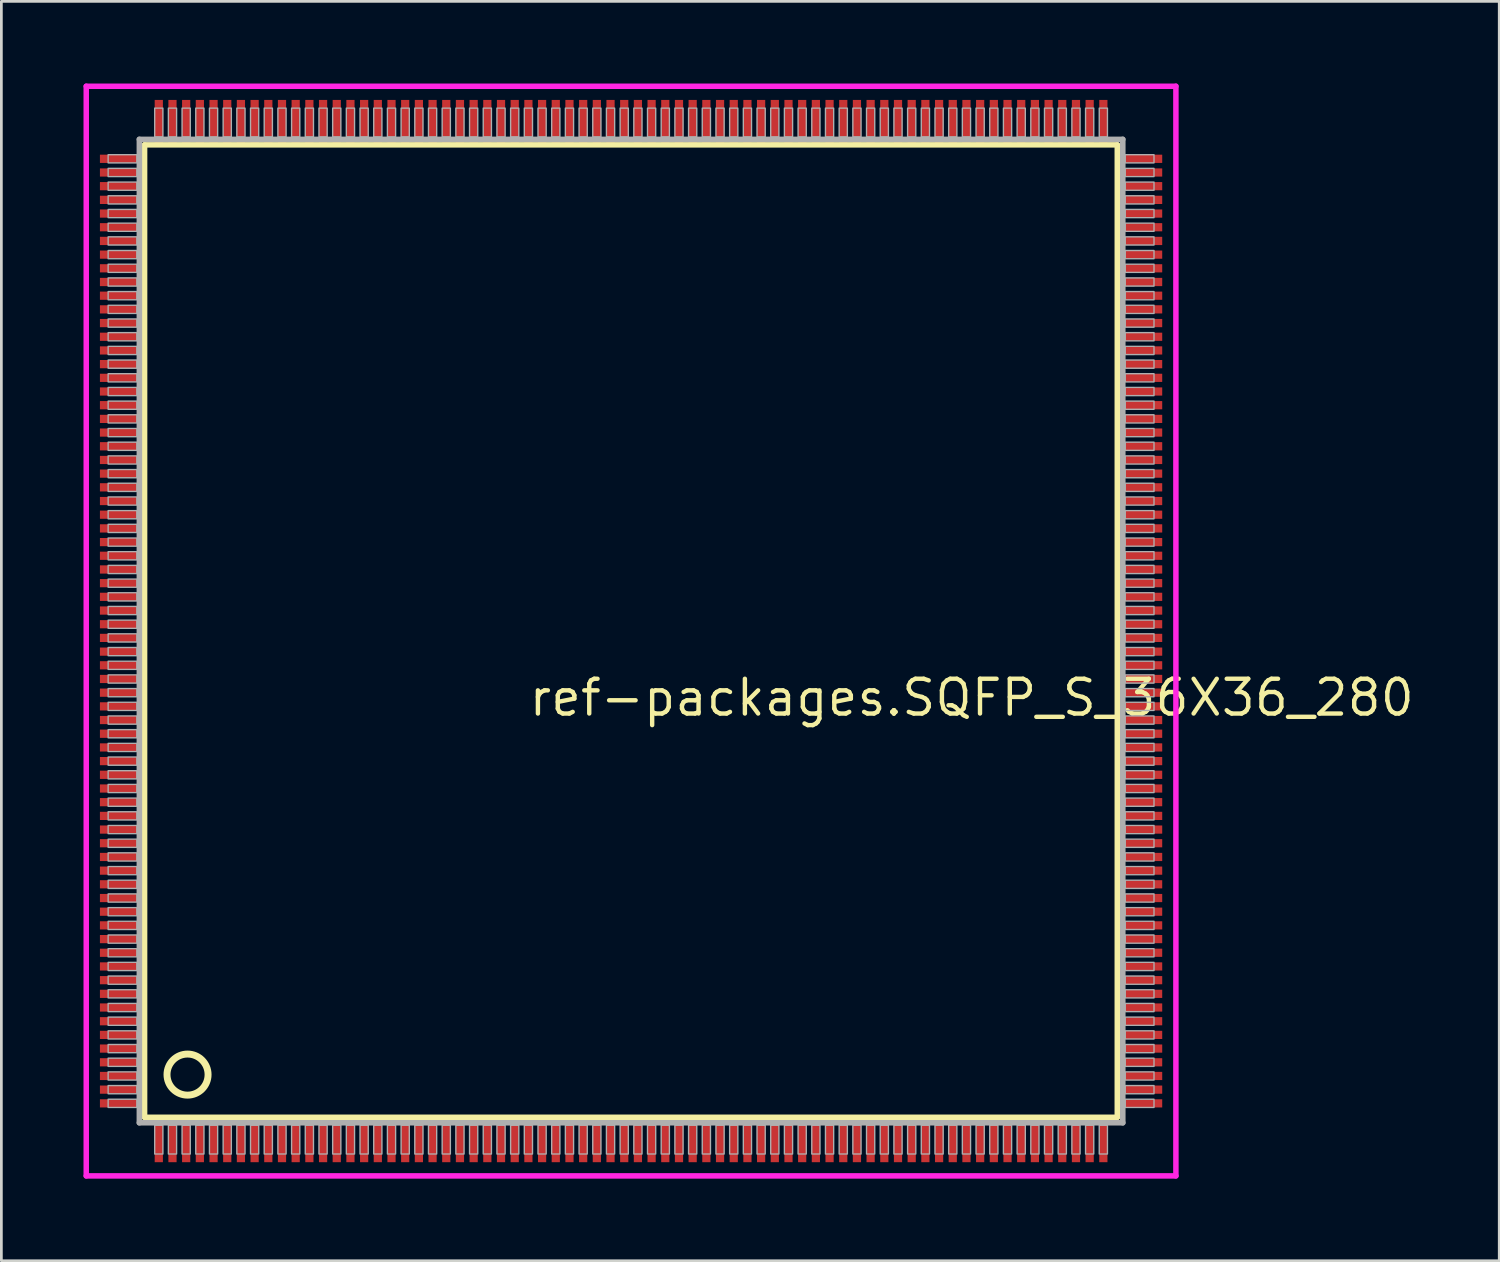
<source format=kicad_pcb>
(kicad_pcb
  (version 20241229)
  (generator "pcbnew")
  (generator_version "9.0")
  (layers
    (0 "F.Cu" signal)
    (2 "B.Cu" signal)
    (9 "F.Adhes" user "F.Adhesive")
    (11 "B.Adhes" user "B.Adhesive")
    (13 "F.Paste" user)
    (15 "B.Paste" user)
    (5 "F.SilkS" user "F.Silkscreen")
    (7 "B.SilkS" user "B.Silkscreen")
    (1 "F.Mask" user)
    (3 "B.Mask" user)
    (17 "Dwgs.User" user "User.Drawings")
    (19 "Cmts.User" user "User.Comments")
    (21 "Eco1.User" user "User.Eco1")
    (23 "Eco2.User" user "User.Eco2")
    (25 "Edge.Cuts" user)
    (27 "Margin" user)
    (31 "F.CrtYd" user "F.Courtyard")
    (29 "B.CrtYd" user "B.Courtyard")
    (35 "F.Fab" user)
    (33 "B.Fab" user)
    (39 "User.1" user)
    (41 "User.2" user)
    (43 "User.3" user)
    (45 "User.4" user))
  (footprint "ref-packages.SQFP_S_36X36_280"
    (layer "F.Cu")
    (at 20 20)
    (property "Reference" "ref-packages.SQFP_S_36X36_280" (at -3.81 3.175 0) (layer "F.SilkS") (effects (font (size 1.27 1.27) (thickness 0.16)) (justify left bottom)))
    (attr smd)
    (fp_line (start -17.77 -17.76) (end 17.76 -17.76) (stroke (width 0.203) (type default)) (layer "F.SilkS"))
    (fp_line (start -17.77 17.76) (end -17.77 -17.76) (stroke (width 0.203) (type default)) (layer "F.SilkS"))
    (fp_line (start 17.76 17.76) (end -17.77 17.76) (stroke (width 0.203) (type default)) (layer "F.SilkS"))
    (fp_line (start 17.76 -17.76) (end 17.76 17.76) (stroke (width 0.203) (type default)) (layer "F.SilkS"))
    (fp_circle (center -16.2 16.2) (end -15.45 16.2) (stroke (width 0.254) (type default)) (fill no) (layer "F.SilkS"))
    (fp_line (start -19.9 -19.9) (end 19.9 -19.9) (stroke (width 0.2) (type default)) (layer "F.CrtYd"))
    (fp_line (start -19.9 19.9) (end -19.9 -19.9) (stroke (width 0.2) (type default)) (layer "F.CrtYd"))
    (fp_line (start 19.9 -19.9) (end 19.9 19.9) (stroke (width 0.2) (type default)) (layer "F.CrtYd"))
    (fp_line (start 19.9 19.9) (end -19.9 19.9) (stroke (width 0.2) (type default)) (layer "F.CrtYd"))
    (fp_line (start -17.96 -17.96) (end -17.96 17.96) (stroke (width 0.203) (type default)) (layer "F.Fab"))
    (fp_line (start -17.96 17.96) (end 17.96 17.96) (stroke (width 0.203) (type default)) (layer "F.Fab"))
    (fp_line (start 17.96 -17.96) (end -17.96 -17.96) (stroke (width 0.203) (type default)) (layer "F.Fab"))
    (fp_line (start 17.96 17.96) (end 17.96 -17.96) (stroke (width 0.203) (type default)) (layer "F.Fab"))
    (fp_rect (start -19.1 -17.1) (end -18.05 -17.4) (stroke (width 0.05) (type default)) (fill no) (layer "F.Fab"))
    (fp_rect (start -19.1 -16.6) (end -18.05 -16.9) (stroke (width 0.05) (type default)) (fill no) (layer "F.Fab"))
    (fp_rect (start -19.1 -16.1) (end -18.05 -16.4) (stroke (width 0.05) (type default)) (fill no) (layer "F.Fab"))
    (fp_rect (start -19.1 -15.6) (end -18.05 -15.9) (stroke (width 0.05) (type default)) (fill no) (layer "F.Fab"))
    (fp_rect (start -19.1 -15.1) (end -18.05 -15.4) (stroke (width 0.05) (type default)) (fill no) (layer "F.Fab"))
    (fp_rect (start -19.1 -14.6) (end -18.05 -14.9) (stroke (width 0.05) (type default)) (fill no) (layer "F.Fab"))
    (fp_rect (start -19.1 -14.1) (end -18.05 -14.4) (stroke (width 0.05) (type default)) (fill no) (layer "F.Fab"))
    (fp_rect (start -19.1 -13.6) (end -18.05 -13.9) (stroke (width 0.05) (type default)) (fill no) (layer "F.Fab"))
    (fp_rect (start -19.1 -13.1) (end -18.05 -13.4) (stroke (width 0.05) (type default)) (fill no) (layer "F.Fab"))
    (fp_rect (start -19.1 -12.6) (end -18.05 -12.9) (stroke (width 0.05) (type default)) (fill no) (layer "F.Fab"))
    (fp_rect (start -19.1 -12.1) (end -18.05 -12.4) (stroke (width 0.05) (type default)) (fill no) (layer "F.Fab"))
    (fp_rect (start -19.1 -11.6) (end -18.05 -11.9) (stroke (width 0.05) (type default)) (fill no) (layer "F.Fab"))
    (fp_rect (start -19.1 -11.1) (end -18.05 -11.4) (stroke (width 0.05) (type default)) (fill no) (layer "F.Fab"))
    (fp_rect (start -19.1 -10.6) (end -18.05 -10.9) (stroke (width 0.05) (type default)) (fill no) (layer "F.Fab"))
    (fp_rect (start -19.1 -10.1) (end -18.05 -10.4) (stroke (width 0.05) (type default)) (fill no) (layer "F.Fab"))
    (fp_rect (start -19.1 -9.6) (end -18.05 -9.9) (stroke (width 0.05) (type default)) (fill no) (layer "F.Fab"))
    (fp_rect (start -19.1 -9.1) (end -18.05 -9.4) (stroke (width 0.05) (type default)) (fill no) (layer "F.Fab"))
    (fp_rect (start -19.1 -8.6) (end -18.05 -8.9) (stroke (width 0.05) (type default)) (fill no) (layer "F.Fab"))
    (fp_rect (start -19.1 -8.1) (end -18.05 -8.4) (stroke (width 0.05) (type default)) (fill no) (layer "F.Fab"))
    (fp_rect (start -19.1 -7.6) (end -18.05 -7.9) (stroke (width 0.05) (type default)) (fill no) (layer "F.Fab"))
    (fp_rect (start -19.1 -7.1) (end -18.05 -7.4) (stroke (width 0.05) (type default)) (fill no) (layer "F.Fab"))
    (fp_rect (start -19.1 -6.6) (end -18.05 -6.9) (stroke (width 0.05) (type default)) (fill no) (layer "F.Fab"))
    (fp_rect (start -19.1 -6.1) (end -18.05 -6.4) (stroke (width 0.05) (type default)) (fill no) (layer "F.Fab"))
    (fp_rect (start -19.1 -5.6) (end -18.05 -5.9) (stroke (width 0.05) (type default)) (fill no) (layer "F.Fab"))
    (fp_rect (start -19.1 -5.1) (end -18.05 -5.4) (stroke (width 0.05) (type default)) (fill no) (layer "F.Fab"))
    (fp_rect (start -19.1 -4.6) (end -18.05 -4.9) (stroke (width 0.05) (type default)) (fill no) (layer "F.Fab"))
    (fp_rect (start -19.1 -4.1) (end -18.05 -4.4) (stroke (width 0.05) (type default)) (fill no) (layer "F.Fab"))
    (fp_rect (start -19.1 -3.6) (end -18.05 -3.9) (stroke (width 0.05) (type default)) (fill no) (layer "F.Fab"))
    (fp_rect (start -19.1 -3.1) (end -18.05 -3.4) (stroke (width 0.05) (type default)) (fill no) (layer "F.Fab"))
    (fp_rect (start -19.1 -2.6) (end -18.05 -2.9) (stroke (width 0.05) (type default)) (fill no) (layer "F.Fab"))
    (fp_rect (start -19.1 -2.1) (end -18.05 -2.4) (stroke (width 0.05) (type default)) (fill no) (layer "F.Fab"))
    (fp_rect (start -19.1 -1.6) (end -18.05 -1.9) (stroke (width 0.05) (type default)) (fill no) (layer "F.Fab"))
    (fp_rect (start -19.1 -1.1) (end -18.05 -1.4) (stroke (width 0.05) (type default)) (fill no) (layer "F.Fab"))
    (fp_rect (start -19.1 -0.6) (end -18.05 -0.9) (stroke (width 0.05) (type default)) (fill no) (layer "F.Fab"))
    (fp_rect (start -19.1 -0.1) (end -18.05 -0.4) (stroke (width 0.05) (type default)) (fill no) (layer "F.Fab"))
    (fp_rect (start -19.1 0.4) (end -18.05 0.1) (stroke (width 0.05) (type default)) (fill no) (layer "F.Fab"))
    (fp_rect (start -19.1 0.9) (end -18.05 0.6) (stroke (width 0.05) (type default)) (fill no) (layer "F.Fab"))
    (fp_rect (start -19.1 1.4) (end -18.05 1.1) (stroke (width 0.05) (type default)) (fill no) (layer "F.Fab"))
    (fp_rect (start -19.1 1.9) (end -18.05 1.6) (stroke (width 0.05) (type default)) (fill no) (layer "F.Fab"))
    (fp_rect (start -19.1 2.4) (end -18.05 2.1) (stroke (width 0.05) (type default)) (fill no) (layer "F.Fab"))
    (fp_rect (start -19.1 2.9) (end -18.05 2.6) (stroke (width 0.05) (type default)) (fill no) (layer "F.Fab"))
    (fp_rect (start -19.1 3.4) (end -18.05 3.1) (stroke (width 0.05) (type default)) (fill no) (layer "F.Fab"))
    (fp_rect (start -19.1 3.9) (end -18.05 3.6) (stroke (width 0.05) (type default)) (fill no) (layer "F.Fab"))
    (fp_rect (start -19.1 4.4) (end -18.05 4.1) (stroke (width 0.05) (type default)) (fill no) (layer "F.Fab"))
    (fp_rect (start -19.1 4.9) (end -18.05 4.6) (stroke (width 0.05) (type default)) (fill no) (layer "F.Fab"))
    (fp_rect (start -19.1 5.4) (end -18.05 5.1) (stroke (width 0.05) (type default)) (fill no) (layer "F.Fab"))
    (fp_rect (start -19.1 5.9) (end -18.05 5.6) (stroke (width 0.05) (type default)) (fill no) (layer "F.Fab"))
    (fp_rect (start -19.1 6.4) (end -18.05 6.1) (stroke (width 0.05) (type default)) (fill no) (layer "F.Fab"))
    (fp_rect (start -19.1 6.9) (end -18.05 6.6) (stroke (width 0.05) (type default)) (fill no) (layer "F.Fab"))
    (fp_rect (start -19.1 7.4) (end -18.05 7.1) (stroke (width 0.05) (type default)) (fill no) (layer "F.Fab"))
    (fp_rect (start -19.1 7.9) (end -18.05 7.6) (stroke (width 0.05) (type default)) (fill no) (layer "F.Fab"))
    (fp_rect (start -19.1 8.4) (end -18.05 8.1) (stroke (width 0.05) (type default)) (fill no) (layer "F.Fab"))
    (fp_rect (start -19.1 8.9) (end -18.05 8.6) (stroke (width 0.05) (type default)) (fill no) (layer "F.Fab"))
    (fp_rect (start -19.1 9.4) (end -18.05 9.1) (stroke (width 0.05) (type default)) (fill no) (layer "F.Fab"))
    (fp_rect (start -19.1 9.9) (end -18.05 9.6) (stroke (width 0.05) (type default)) (fill no) (layer "F.Fab"))
    (fp_rect (start -19.1 10.4) (end -18.05 10.1) (stroke (width 0.05) (type default)) (fill no) (layer "F.Fab"))
    (fp_rect (start -19.1 10.9) (end -18.05 10.6) (stroke (width 0.05) (type default)) (fill no) (layer "F.Fab"))
    (fp_rect (start -19.1 11.4) (end -18.05 11.1) (stroke (width 0.05) (type default)) (fill no) (layer "F.Fab"))
    (fp_rect (start -19.1 11.9) (end -18.05 11.6) (stroke (width 0.05) (type default)) (fill no) (layer "F.Fab"))
    (fp_rect (start -19.1 12.4) (end -18.05 12.1) (stroke (width 0.05) (type default)) (fill no) (layer "F.Fab"))
    (fp_rect (start -19.1 12.9) (end -18.05 12.6) (stroke (width 0.05) (type default)) (fill no) (layer "F.Fab"))
    (fp_rect (start -19.1 13.4) (end -18.05 13.1) (stroke (width 0.05) (type default)) (fill no) (layer "F.Fab"))
    (fp_rect (start -19.1 13.9) (end -18.05 13.6) (stroke (width 0.05) (type default)) (fill no) (layer "F.Fab"))
    (fp_rect (start -19.1 14.4) (end -18.05 14.1) (stroke (width 0.05) (type default)) (fill no) (layer "F.Fab"))
    (fp_rect (start -19.1 14.9) (end -18.05 14.6) (stroke (width 0.05) (type default)) (fill no) (layer "F.Fab"))
    (fp_rect (start -19.1 15.4) (end -18.05 15.1) (stroke (width 0.05) (type default)) (fill no) (layer "F.Fab"))
    (fp_rect (start -19.1 15.9) (end -18.05 15.6) (stroke (width 0.05) (type default)) (fill no) (layer "F.Fab"))
    (fp_rect (start -19.1 16.4) (end -18.05 16.1) (stroke (width 0.05) (type default)) (fill no) (layer "F.Fab"))
    (fp_rect (start -19.1 16.9) (end -18.05 16.6) (stroke (width 0.05) (type default)) (fill no) (layer "F.Fab"))
    (fp_rect (start -19.1 17.4) (end -18.05 17.1) (stroke (width 0.05) (type default)) (fill no) (layer "F.Fab"))
    (fp_rect (start -17.4 -18.05) (end -17.1 -19.1) (stroke (width 0.05) (type default)) (fill no) (layer "F.Fab"))
    (fp_rect (start -17.4 19.1) (end -17.1 18.05) (stroke (width 0.05) (type default)) (fill no) (layer "F.Fab"))
    (fp_rect (start -16.9 -18.05) (end -16.6 -19.1) (stroke (width 0.05) (type default)) (fill no) (layer "F.Fab"))
    (fp_rect (start -16.9 19.1) (end -16.6 18.05) (stroke (width 0.05) (type default)) (fill no) (layer "F.Fab"))
    (fp_rect (start -16.4 -18.05) (end -16.1 -19.1) (stroke (width 0.05) (type default)) (fill no) (layer "F.Fab"))
    (fp_rect (start -16.4 19.1) (end -16.1 18.05) (stroke (width 0.05) (type default)) (fill no) (layer "F.Fab"))
    (fp_rect (start -15.9 -18.05) (end -15.6 -19.1) (stroke (width 0.05) (type default)) (fill no) (layer "F.Fab"))
    (fp_rect (start -15.9 19.1) (end -15.6 18.05) (stroke (width 0.05) (type default)) (fill no) (layer "F.Fab"))
    (fp_rect (start -15.4 -18.05) (end -15.1 -19.1) (stroke (width 0.05) (type default)) (fill no) (layer "F.Fab"))
    (fp_rect (start -15.4 19.1) (end -15.1 18.05) (stroke (width 0.05) (type default)) (fill no) (layer "F.Fab"))
    (fp_rect (start -14.9 -18.05) (end -14.6 -19.1) (stroke (width 0.05) (type default)) (fill no) (layer "F.Fab"))
    (fp_rect (start -14.9 19.1) (end -14.6 18.05) (stroke (width 0.05) (type default)) (fill no) (layer "F.Fab"))
    (fp_rect (start -14.4 -18.05) (end -14.1 -19.1) (stroke (width 0.05) (type default)) (fill no) (layer "F.Fab"))
    (fp_rect (start -14.4 19.1) (end -14.1 18.05) (stroke (width 0.05) (type default)) (fill no) (layer "F.Fab"))
    (fp_rect (start -13.9 -18.05) (end -13.6 -19.1) (stroke (width 0.05) (type default)) (fill no) (layer "F.Fab"))
    (fp_rect (start -13.9 19.1) (end -13.6 18.05) (stroke (width 0.05) (type default)) (fill no) (layer "F.Fab"))
    (fp_rect (start -13.4 -18.05) (end -13.1 -19.1) (stroke (width 0.05) (type default)) (fill no) (layer "F.Fab"))
    (fp_rect (start -13.4 19.1) (end -13.1 18.05) (stroke (width 0.05) (type default)) (fill no) (layer "F.Fab"))
    (fp_rect (start -12.9 -18.05) (end -12.6 -19.1) (stroke (width 0.05) (type default)) (fill no) (layer "F.Fab"))
    (fp_rect (start -12.9 19.1) (end -12.6 18.05) (stroke (width 0.05) (type default)) (fill no) (layer "F.Fab"))
    (fp_rect (start -12.4 -18.05) (end -12.1 -19.1) (stroke (width 0.05) (type default)) (fill no) (layer "F.Fab"))
    (fp_rect (start -12.4 19.1) (end -12.1 18.05) (stroke (width 0.05) (type default)) (fill no) (layer "F.Fab"))
    (fp_rect (start -11.9 -18.05) (end -11.6 -19.1) (stroke (width 0.05) (type default)) (fill no) (layer "F.Fab"))
    (fp_rect (start -11.9 19.1) (end -11.6 18.05) (stroke (width 0.05) (type default)) (fill no) (layer "F.Fab"))
    (fp_rect (start -11.4 -18.05) (end -11.1 -19.1) (stroke (width 0.05) (type default)) (fill no) (layer "F.Fab"))
    (fp_rect (start -11.4 19.1) (end -11.1 18.05) (stroke (width 0.05) (type default)) (fill no) (layer "F.Fab"))
    (fp_rect (start -10.9 -18.05) (end -10.6 -19.1) (stroke (width 0.05) (type default)) (fill no) (layer "F.Fab"))
    (fp_rect (start -10.9 19.1) (end -10.6 18.05) (stroke (width 0.05) (type default)) (fill no) (layer "F.Fab"))
    (fp_rect (start -10.4 -18.05) (end -10.1 -19.1) (stroke (width 0.05) (type default)) (fill no) (layer "F.Fab"))
    (fp_rect (start -10.4 19.1) (end -10.1 18.05) (stroke (width 0.05) (type default)) (fill no) (layer "F.Fab"))
    (fp_rect (start -9.9 -18.05) (end -9.6 -19.1) (stroke (width 0.05) (type default)) (fill no) (layer "F.Fab"))
    (fp_rect (start -9.9 19.1) (end -9.6 18.05) (stroke (width 0.05) (type default)) (fill no) (layer "F.Fab"))
    (fp_rect (start -9.4 -18.05) (end -9.1 -19.1) (stroke (width 0.05) (type default)) (fill no) (layer "F.Fab"))
    (fp_rect (start -9.4 19.1) (end -9.1 18.05) (stroke (width 0.05) (type default)) (fill no) (layer "F.Fab"))
    (fp_rect (start -8.9 -18.05) (end -8.6 -19.1) (stroke (width 0.05) (type default)) (fill no) (layer "F.Fab"))
    (fp_rect (start -8.9 19.1) (end -8.6 18.05) (stroke (width 0.05) (type default)) (fill no) (layer "F.Fab"))
    (fp_rect (start -8.4 -18.05) (end -8.1 -19.1) (stroke (width 0.05) (type default)) (fill no) (layer "F.Fab"))
    (fp_rect (start -8.4 19.1) (end -8.1 18.05) (stroke (width 0.05) (type default)) (fill no) (layer "F.Fab"))
    (fp_rect (start -7.9 -18.05) (end -7.6 -19.1) (stroke (width 0.05) (type default)) (fill no) (layer "F.Fab"))
    (fp_rect (start -7.9 19.1) (end -7.6 18.05) (stroke (width 0.05) (type default)) (fill no) (layer "F.Fab"))
    (fp_rect (start -7.4 -18.05) (end -7.1 -19.1) (stroke (width 0.05) (type default)) (fill no) (layer "F.Fab"))
    (fp_rect (start -7.4 19.1) (end -7.1 18.05) (stroke (width 0.05) (type default)) (fill no) (layer "F.Fab"))
    (fp_rect (start -6.9 -18.05) (end -6.6 -19.1) (stroke (width 0.05) (type default)) (fill no) (layer "F.Fab"))
    (fp_rect (start -6.9 19.1) (end -6.6 18.05) (stroke (width 0.05) (type default)) (fill no) (layer "F.Fab"))
    (fp_rect (start -6.4 -18.05) (end -6.1 -19.1) (stroke (width 0.05) (type default)) (fill no) (layer "F.Fab"))
    (fp_rect (start -6.4 19.1) (end -6.1 18.05) (stroke (width 0.05) (type default)) (fill no) (layer "F.Fab"))
    (fp_rect (start -5.9 -18.05) (end -5.6 -19.1) (stroke (width 0.05) (type default)) (fill no) (layer "F.Fab"))
    (fp_rect (start -5.9 19.1) (end -5.6 18.05) (stroke (width 0.05) (type default)) (fill no) (layer "F.Fab"))
    (fp_rect (start -5.4 -18.05) (end -5.1 -19.1) (stroke (width 0.05) (type default)) (fill no) (layer "F.Fab"))
    (fp_rect (start -5.4 19.1) (end -5.1 18.05) (stroke (width 0.05) (type default)) (fill no) (layer "F.Fab"))
    (fp_rect (start -4.9 -18.05) (end -4.6 -19.1) (stroke (width 0.05) (type default)) (fill no) (layer "F.Fab"))
    (fp_rect (start -4.9 19.1) (end -4.6 18.05) (stroke (width 0.05) (type default)) (fill no) (layer "F.Fab"))
    (fp_rect (start -4.4 -18.05) (end -4.1 -19.1) (stroke (width 0.05) (type default)) (fill no) (layer "F.Fab"))
    (fp_rect (start -4.4 19.1) (end -4.1 18.05) (stroke (width 0.05) (type default)) (fill no) (layer "F.Fab"))
    (fp_rect (start -3.9 -18.05) (end -3.6 -19.1) (stroke (width 0.05) (type default)) (fill no) (layer "F.Fab"))
    (fp_rect (start -3.9 19.1) (end -3.6 18.05) (stroke (width 0.05) (type default)) (fill no) (layer "F.Fab"))
    (fp_rect (start -3.4 -18.05) (end -3.1 -19.1) (stroke (width 0.05) (type default)) (fill no) (layer "F.Fab"))
    (fp_rect (start -3.4 19.1) (end -3.1 18.05) (stroke (width 0.05) (type default)) (fill no) (layer "F.Fab"))
    (fp_rect (start -2.9 -18.05) (end -2.6 -19.1) (stroke (width 0.05) (type default)) (fill no) (layer "F.Fab"))
    (fp_rect (start -2.9 19.1) (end -2.6 18.05) (stroke (width 0.05) (type default)) (fill no) (layer "F.Fab"))
    (fp_rect (start -2.4 -18.05) (end -2.1 -19.1) (stroke (width 0.05) (type default)) (fill no) (layer "F.Fab"))
    (fp_rect (start -2.4 19.1) (end -2.1 18.05) (stroke (width 0.05) (type default)) (fill no) (layer "F.Fab"))
    (fp_rect (start -1.9 -18.05) (end -1.6 -19.1) (stroke (width 0.05) (type default)) (fill no) (layer "F.Fab"))
    (fp_rect (start -1.9 19.1) (end -1.6 18.05) (stroke (width 0.05) (type default)) (fill no) (layer "F.Fab"))
    (fp_rect (start -1.4 -18.05) (end -1.1 -19.1) (stroke (width 0.05) (type default)) (fill no) (layer "F.Fab"))
    (fp_rect (start -1.4 19.1) (end -1.1 18.05) (stroke (width 0.05) (type default)) (fill no) (layer "F.Fab"))
    (fp_rect (start -0.9 -18.05) (end -0.6 -19.1) (stroke (width 0.05) (type default)) (fill no) (layer "F.Fab"))
    (fp_rect (start -0.9 19.1) (end -0.6 18.05) (stroke (width 0.05) (type default)) (fill no) (layer "F.Fab"))
    (fp_rect (start -0.4 -18.05) (end -0.1 -19.1) (stroke (width 0.05) (type default)) (fill no) (layer "F.Fab"))
    (fp_rect (start -0.4 19.1) (end -0.1 18.05) (stroke (width 0.05) (type default)) (fill no) (layer "F.Fab"))
    (fp_rect (start 0.1 -18.05) (end 0.4 -19.1) (stroke (width 0.05) (type default)) (fill no) (layer "F.Fab"))
    (fp_rect (start 0.1 19.1) (end 0.4 18.05) (stroke (width 0.05) (type default)) (fill no) (layer "F.Fab"))
    (fp_rect (start 0.6 -18.05) (end 0.9 -19.1) (stroke (width 0.05) (type default)) (fill no) (layer "F.Fab"))
    (fp_rect (start 0.6 19.1) (end 0.9 18.05) (stroke (width 0.05) (type default)) (fill no) (layer "F.Fab"))
    (fp_rect (start 1.1 -18.05) (end 1.4 -19.1) (stroke (width 0.05) (type default)) (fill no) (layer "F.Fab"))
    (fp_rect (start 1.1 19.1) (end 1.4 18.05) (stroke (width 0.05) (type default)) (fill no) (layer "F.Fab"))
    (fp_rect (start 1.6 -18.05) (end 1.9 -19.1) (stroke (width 0.05) (type default)) (fill no) (layer "F.Fab"))
    (fp_rect (start 1.6 19.1) (end 1.9 18.05) (stroke (width 0.05) (type default)) (fill no) (layer "F.Fab"))
    (fp_rect (start 2.1 -18.05) (end 2.4 -19.1) (stroke (width 0.05) (type default)) (fill no) (layer "F.Fab"))
    (fp_rect (start 2.1 19.1) (end 2.4 18.05) (stroke (width 0.05) (type default)) (fill no) (layer "F.Fab"))
    (fp_rect (start 2.6 -18.05) (end 2.9 -19.1) (stroke (width 0.05) (type default)) (fill no) (layer "F.Fab"))
    (fp_rect (start 2.6 19.1) (end 2.9 18.05) (stroke (width 0.05) (type default)) (fill no) (layer "F.Fab"))
    (fp_rect (start 3.1 -18.05) (end 3.4 -19.1) (stroke (width 0.05) (type default)) (fill no) (layer "F.Fab"))
    (fp_rect (start 3.1 19.1) (end 3.4 18.05) (stroke (width 0.05) (type default)) (fill no) (layer "F.Fab"))
    (fp_rect (start 3.6 -18.05) (end 3.9 -19.1) (stroke (width 0.05) (type default)) (fill no) (layer "F.Fab"))
    (fp_rect (start 3.6 19.1) (end 3.9 18.05) (stroke (width 0.05) (type default)) (fill no) (layer "F.Fab"))
    (fp_rect (start 4.1 -18.05) (end 4.4 -19.1) (stroke (width 0.05) (type default)) (fill no) (layer "F.Fab"))
    (fp_rect (start 4.1 19.1) (end 4.4 18.05) (stroke (width 0.05) (type default)) (fill no) (layer "F.Fab"))
    (fp_rect (start 4.6 -18.05) (end 4.9 -19.1) (stroke (width 0.05) (type default)) (fill no) (layer "F.Fab"))
    (fp_rect (start 4.6 19.1) (end 4.9 18.05) (stroke (width 0.05) (type default)) (fill no) (layer "F.Fab"))
    (fp_rect (start 5.1 -18.05) (end 5.4 -19.1) (stroke (width 0.05) (type default)) (fill no) (layer "F.Fab"))
    (fp_rect (start 5.1 19.1) (end 5.4 18.05) (stroke (width 0.05) (type default)) (fill no) (layer "F.Fab"))
    (fp_rect (start 5.6 -18.05) (end 5.9 -19.1) (stroke (width 0.05) (type default)) (fill no) (layer "F.Fab"))
    (fp_rect (start 5.6 19.1) (end 5.9 18.05) (stroke (width 0.05) (type default)) (fill no) (layer "F.Fab"))
    (fp_rect (start 6.1 -18.05) (end 6.4 -19.1) (stroke (width 0.05) (type default)) (fill no) (layer "F.Fab"))
    (fp_rect (start 6.1 19.1) (end 6.4 18.05) (stroke (width 0.05) (type default)) (fill no) (layer "F.Fab"))
    (fp_rect (start 6.6 -18.05) (end 6.9 -19.1) (stroke (width 0.05) (type default)) (fill no) (layer "F.Fab"))
    (fp_rect (start 6.6 19.1) (end 6.9 18.05) (stroke (width 0.05) (type default)) (fill no) (layer "F.Fab"))
    (fp_rect (start 7.1 -18.05) (end 7.4 -19.1) (stroke (width 0.05) (type default)) (fill no) (layer "F.Fab"))
    (fp_rect (start 7.1 19.1) (end 7.4 18.05) (stroke (width 0.05) (type default)) (fill no) (layer "F.Fab"))
    (fp_rect (start 7.6 -18.05) (end 7.9 -19.1) (stroke (width 0.05) (type default)) (fill no) (layer "F.Fab"))
    (fp_rect (start 7.6 19.1) (end 7.9 18.05) (stroke (width 0.05) (type default)) (fill no) (layer "F.Fab"))
    (fp_rect (start 8.1 -18.05) (end 8.4 -19.1) (stroke (width 0.05) (type default)) (fill no) (layer "F.Fab"))
    (fp_rect (start 8.1 19.1) (end 8.4 18.05) (stroke (width 0.05) (type default)) (fill no) (layer "F.Fab"))
    (fp_rect (start 8.6 -18.05) (end 8.9 -19.1) (stroke (width 0.05) (type default)) (fill no) (layer "F.Fab"))
    (fp_rect (start 8.6 19.1) (end 8.9 18.05) (stroke (width 0.05) (type default)) (fill no) (layer "F.Fab"))
    (fp_rect (start 9.1 -18.05) (end 9.4 -19.1) (stroke (width 0.05) (type default)) (fill no) (layer "F.Fab"))
    (fp_rect (start 9.1 19.1) (end 9.4 18.05) (stroke (width 0.05) (type default)) (fill no) (layer "F.Fab"))
    (fp_rect (start 9.6 -18.05) (end 9.9 -19.1) (stroke (width 0.05) (type default)) (fill no) (layer "F.Fab"))
    (fp_rect (start 9.6 19.1) (end 9.9 18.05) (stroke (width 0.05) (type default)) (fill no) (layer "F.Fab"))
    (fp_rect (start 10.1 -18.05) (end 10.4 -19.1) (stroke (width 0.05) (type default)) (fill no) (layer "F.Fab"))
    (fp_rect (start 10.1 19.1) (end 10.4 18.05) (stroke (width 0.05) (type default)) (fill no) (layer "F.Fab"))
    (fp_rect (start 10.6 -18.05) (end 10.9 -19.1) (stroke (width 0.05) (type default)) (fill no) (layer "F.Fab"))
    (fp_rect (start 10.6 19.1) (end 10.9 18.05) (stroke (width 0.05) (type default)) (fill no) (layer "F.Fab"))
    (fp_rect (start 11.1 -18.05) (end 11.4 -19.1) (stroke (width 0.05) (type default)) (fill no) (layer "F.Fab"))
    (fp_rect (start 11.1 19.1) (end 11.4 18.05) (stroke (width 0.05) (type default)) (fill no) (layer "F.Fab"))
    (fp_rect (start 11.6 -18.05) (end 11.9 -19.1) (stroke (width 0.05) (type default)) (fill no) (layer "F.Fab"))
    (fp_rect (start 11.6 19.1) (end 11.9 18.05) (stroke (width 0.05) (type default)) (fill no) (layer "F.Fab"))
    (fp_rect (start 12.1 -18.05) (end 12.4 -19.1) (stroke (width 0.05) (type default)) (fill no) (layer "F.Fab"))
    (fp_rect (start 12.1 19.1) (end 12.4 18.05) (stroke (width 0.05) (type default)) (fill no) (layer "F.Fab"))
    (fp_rect (start 12.6 -18.05) (end 12.9 -19.1) (stroke (width 0.05) (type default)) (fill no) (layer "F.Fab"))
    (fp_rect (start 12.6 19.1) (end 12.9 18.05) (stroke (width 0.05) (type default)) (fill no) (layer "F.Fab"))
    (fp_rect (start 13.1 -18.05) (end 13.4 -19.1) (stroke (width 0.05) (type default)) (fill no) (layer "F.Fab"))
    (fp_rect (start 13.1 19.1) (end 13.4 18.05) (stroke (width 0.05) (type default)) (fill no) (layer "F.Fab"))
    (fp_rect (start 13.6 -18.05) (end 13.9 -19.1) (stroke (width 0.05) (type default)) (fill no) (layer "F.Fab"))
    (fp_rect (start 13.6 19.1) (end 13.9 18.05) (stroke (width 0.05) (type default)) (fill no) (layer "F.Fab"))
    (fp_rect (start 14.1 -18.05) (end 14.4 -19.1) (stroke (width 0.05) (type default)) (fill no) (layer "F.Fab"))
    (fp_rect (start 14.1 19.1) (end 14.4 18.05) (stroke (width 0.05) (type default)) (fill no) (layer "F.Fab"))
    (fp_rect (start 14.6 -18.05) (end 14.9 -19.1) (stroke (width 0.05) (type default)) (fill no) (layer "F.Fab"))
    (fp_rect (start 14.6 19.1) (end 14.9 18.05) (stroke (width 0.05) (type default)) (fill no) (layer "F.Fab"))
    (fp_rect (start 15.1 -18.05) (end 15.4 -19.1) (stroke (width 0.05) (type default)) (fill no) (layer "F.Fab"))
    (fp_rect (start 15.1 19.1) (end 15.4 18.05) (stroke (width 0.05) (type default)) (fill no) (layer "F.Fab"))
    (fp_rect (start 15.6 -18.05) (end 15.9 -19.1) (stroke (width 0.05) (type default)) (fill no) (layer "F.Fab"))
    (fp_rect (start 15.6 19.1) (end 15.9 18.05) (stroke (width 0.05) (type default)) (fill no) (layer "F.Fab"))
    (fp_rect (start 16.1 -18.05) (end 16.4 -19.1) (stroke (width 0.05) (type default)) (fill no) (layer "F.Fab"))
    (fp_rect (start 16.1 19.1) (end 16.4 18.05) (stroke (width 0.05) (type default)) (fill no) (layer "F.Fab"))
    (fp_rect (start 16.6 -18.05) (end 16.9 -19.1) (stroke (width 0.05) (type default)) (fill no) (layer "F.Fab"))
    (fp_rect (start 16.6 19.1) (end 16.9 18.05) (stroke (width 0.05) (type default)) (fill no) (layer "F.Fab"))
    (fp_rect (start 17.1 -18.05) (end 17.4 -19.1) (stroke (width 0.05) (type default)) (fill no) (layer "F.Fab"))
    (fp_rect (start 17.1 19.1) (end 17.4 18.05) (stroke (width 0.05) (type default)) (fill no) (layer "F.Fab"))
    (fp_rect (start 18.05 -17.1) (end 19.1 -17.4) (stroke (width 0.05) (type default)) (fill no) (layer "F.Fab"))
    (fp_rect (start 18.05 -16.6) (end 19.1 -16.9) (stroke (width 0.05) (type default)) (fill no) (layer "F.Fab"))
    (fp_rect (start 18.05 -16.1) (end 19.1 -16.4) (stroke (width 0.05) (type default)) (fill no) (layer "F.Fab"))
    (fp_rect (start 18.05 -15.6) (end 19.1 -15.9) (stroke (width 0.05) (type default)) (fill no) (layer "F.Fab"))
    (fp_rect (start 18.05 -15.1) (end 19.1 -15.4) (stroke (width 0.05) (type default)) (fill no) (layer "F.Fab"))
    (fp_rect (start 18.05 -14.6) (end 19.1 -14.9) (stroke (width 0.05) (type default)) (fill no) (layer "F.Fab"))
    (fp_rect (start 18.05 -14.1) (end 19.1 -14.4) (stroke (width 0.05) (type default)) (fill no) (layer "F.Fab"))
    (fp_rect (start 18.05 -13.6) (end 19.1 -13.9) (stroke (width 0.05) (type default)) (fill no) (layer "F.Fab"))
    (fp_rect (start 18.05 -13.1) (end 19.1 -13.4) (stroke (width 0.05) (type default)) (fill no) (layer "F.Fab"))
    (fp_rect (start 18.05 -12.6) (end 19.1 -12.9) (stroke (width 0.05) (type default)) (fill no) (layer "F.Fab"))
    (fp_rect (start 18.05 -12.1) (end 19.1 -12.4) (stroke (width 0.05) (type default)) (fill no) (layer "F.Fab"))
    (fp_rect (start 18.05 -11.6) (end 19.1 -11.9) (stroke (width 0.05) (type default)) (fill no) (layer "F.Fab"))
    (fp_rect (start 18.05 -11.1) (end 19.1 -11.4) (stroke (width 0.05) (type default)) (fill no) (layer "F.Fab"))
    (fp_rect (start 18.05 -10.6) (end 19.1 -10.9) (stroke (width 0.05) (type default)) (fill no) (layer "F.Fab"))
    (fp_rect (start 18.05 -10.1) (end 19.1 -10.4) (stroke (width 0.05) (type default)) (fill no) (layer "F.Fab"))
    (fp_rect (start 18.05 -9.6) (end 19.1 -9.9) (stroke (width 0.05) (type default)) (fill no) (layer "F.Fab"))
    (fp_rect (start 18.05 -9.1) (end 19.1 -9.4) (stroke (width 0.05) (type default)) (fill no) (layer "F.Fab"))
    (fp_rect (start 18.05 -8.6) (end 19.1 -8.9) (stroke (width 0.05) (type default)) (fill no) (layer "F.Fab"))
    (fp_rect (start 18.05 -8.1) (end 19.1 -8.4) (stroke (width 0.05) (type default)) (fill no) (layer "F.Fab"))
    (fp_rect (start 18.05 -7.6) (end 19.1 -7.9) (stroke (width 0.05) (type default)) (fill no) (layer "F.Fab"))
    (fp_rect (start 18.05 -7.1) (end 19.1 -7.4) (stroke (width 0.05) (type default)) (fill no) (layer "F.Fab"))
    (fp_rect (start 18.05 -6.6) (end 19.1 -6.9) (stroke (width 0.05) (type default)) (fill no) (layer "F.Fab"))
    (fp_rect (start 18.05 -6.1) (end 19.1 -6.4) (stroke (width 0.05) (type default)) (fill no) (layer "F.Fab"))
    (fp_rect (start 18.05 -5.6) (end 19.1 -5.9) (stroke (width 0.05) (type default)) (fill no) (layer "F.Fab"))
    (fp_rect (start 18.05 -5.1) (end 19.1 -5.4) (stroke (width 0.05) (type default)) (fill no) (layer "F.Fab"))
    (fp_rect (start 18.05 -4.6) (end 19.1 -4.9) (stroke (width 0.05) (type default)) (fill no) (layer "F.Fab"))
    (fp_rect (start 18.05 -4.1) (end 19.1 -4.4) (stroke (width 0.05) (type default)) (fill no) (layer "F.Fab"))
    (fp_rect (start 18.05 -3.6) (end 19.1 -3.9) (stroke (width 0.05) (type default)) (fill no) (layer "F.Fab"))
    (fp_rect (start 18.05 -3.1) (end 19.1 -3.4) (stroke (width 0.05) (type default)) (fill no) (layer "F.Fab"))
    (fp_rect (start 18.05 -2.6) (end 19.1 -2.9) (stroke (width 0.05) (type default)) (fill no) (layer "F.Fab"))
    (fp_rect (start 18.05 -2.1) (end 19.1 -2.4) (stroke (width 0.05) (type default)) (fill no) (layer "F.Fab"))
    (fp_rect (start 18.05 -1.6) (end 19.1 -1.9) (stroke (width 0.05) (type default)) (fill no) (layer "F.Fab"))
    (fp_rect (start 18.05 -1.1) (end 19.1 -1.4) (stroke (width 0.05) (type default)) (fill no) (layer "F.Fab"))
    (fp_rect (start 18.05 -0.6) (end 19.1 -0.9) (stroke (width 0.05) (type default)) (fill no) (layer "F.Fab"))
    (fp_rect (start 18.05 -0.1) (end 19.1 -0.4) (stroke (width 0.05) (type default)) (fill no) (layer "F.Fab"))
    (fp_rect (start 18.05 0.4) (end 19.1 0.1) (stroke (width 0.05) (type default)) (fill no) (layer "F.Fab"))
    (fp_rect (start 18.05 0.9) (end 19.1 0.6) (stroke (width 0.05) (type default)) (fill no) (layer "F.Fab"))
    (fp_rect (start 18.05 1.4) (end 19.1 1.1) (stroke (width 0.05) (type default)) (fill no) (layer "F.Fab"))
    (fp_rect (start 18.05 1.9) (end 19.1 1.6) (stroke (width 0.05) (type default)) (fill no) (layer "F.Fab"))
    (fp_rect (start 18.05 2.4) (end 19.1 2.1) (stroke (width 0.05) (type default)) (fill no) (layer "F.Fab"))
    (fp_rect (start 18.05 2.9) (end 19.1 2.6) (stroke (width 0.05) (type default)) (fill no) (layer "F.Fab"))
    (fp_rect (start 18.05 3.4) (end 19.1 3.1) (stroke (width 0.05) (type default)) (fill no) (layer "F.Fab"))
    (fp_rect (start 18.05 3.9) (end 19.1 3.6) (stroke (width 0.05) (type default)) (fill no) (layer "F.Fab"))
    (fp_rect (start 18.05 4.4) (end 19.1 4.1) (stroke (width 0.05) (type default)) (fill no) (layer "F.Fab"))
    (fp_rect (start 18.05 4.9) (end 19.1 4.6) (stroke (width 0.05) (type default)) (fill no) (layer "F.Fab"))
    (fp_rect (start 18.05 5.4) (end 19.1 5.1) (stroke (width 0.05) (type default)) (fill no) (layer "F.Fab"))
    (fp_rect (start 18.05 5.9) (end 19.1 5.6) (stroke (width 0.05) (type default)) (fill no) (layer "F.Fab"))
    (fp_rect (start 18.05 6.4) (end 19.1 6.1) (stroke (width 0.05) (type default)) (fill no) (layer "F.Fab"))
    (fp_rect (start 18.05 6.9) (end 19.1 6.6) (stroke (width 0.05) (type default)) (fill no) (layer "F.Fab"))
    (fp_rect (start 18.05 7.4) (end 19.1 7.1) (stroke (width 0.05) (type default)) (fill no) (layer "F.Fab"))
    (fp_rect (start 18.05 7.9) (end 19.1 7.6) (stroke (width 0.05) (type default)) (fill no) (layer "F.Fab"))
    (fp_rect (start 18.05 8.4) (end 19.1 8.1) (stroke (width 0.05) (type default)) (fill no) (layer "F.Fab"))
    (fp_rect (start 18.05 8.9) (end 19.1 8.6) (stroke (width 0.05) (type default)) (fill no) (layer "F.Fab"))
    (fp_rect (start 18.05 9.4) (end 19.1 9.1) (stroke (width 0.05) (type default)) (fill no) (layer "F.Fab"))
    (fp_rect (start 18.05 9.9) (end 19.1 9.6) (stroke (width 0.05) (type default)) (fill no) (layer "F.Fab"))
    (fp_rect (start 18.05 10.4) (end 19.1 10.1) (stroke (width 0.05) (type default)) (fill no) (layer "F.Fab"))
    (fp_rect (start 18.05 10.9) (end 19.1 10.6) (stroke (width 0.05) (type default)) (fill no) (layer "F.Fab"))
    (fp_rect (start 18.05 11.4) (end 19.1 11.1) (stroke (width 0.05) (type default)) (fill no) (layer "F.Fab"))
    (fp_rect (start 18.05 11.9) (end 19.1 11.6) (stroke (width 0.05) (type default)) (fill no) (layer "F.Fab"))
    (fp_rect (start 18.05 12.4) (end 19.1 12.1) (stroke (width 0.05) (type default)) (fill no) (layer "F.Fab"))
    (fp_rect (start 18.05 12.9) (end 19.1 12.6) (stroke (width 0.05) (type default)) (fill no) (layer "F.Fab"))
    (fp_rect (start 18.05 13.4) (end 19.1 13.1) (stroke (width 0.05) (type default)) (fill no) (layer "F.Fab"))
    (fp_rect (start 18.05 13.9) (end 19.1 13.6) (stroke (width 0.05) (type default)) (fill no) (layer "F.Fab"))
    (fp_rect (start 18.05 14.4) (end 19.1 14.1) (stroke (width 0.05) (type default)) (fill no) (layer "F.Fab"))
    (fp_rect (start 18.05 14.9) (end 19.1 14.6) (stroke (width 0.05) (type default)) (fill no) (layer "F.Fab"))
    (fp_rect (start 18.05 15.4) (end 19.1 15.1) (stroke (width 0.05) (type default)) (fill no) (layer "F.Fab"))
    (fp_rect (start 18.05 15.9) (end 19.1 15.6) (stroke (width 0.05) (type default)) (fill no) (layer "F.Fab"))
    (fp_rect (start 18.05 16.4) (end 19.1 16.1) (stroke (width 0.05) (type default)) (fill no) (layer "F.Fab"))
    (fp_rect (start 18.05 16.9) (end 19.1 16.6) (stroke (width 0.05) (type default)) (fill no) (layer "F.Fab"))
    (fp_rect (start 18.05 17.4) (end 19.1 17.1) (stroke (width 0.05) (type default)) (fill no) (layer "F.Fab"))
    (pad "1" smd roundrect (at -17.25 18.6) (size 0.3 1.6) (layers "F.Cu" "F.Mask" "F.Paste") (roundrect_rratio 0.01))
    (pad "2" smd roundrect (at -16.75 18.6) (size 0.3 1.6) (layers "F.Cu" "F.Mask" "F.Paste") (roundrect_rratio 0.01))
    (pad "3" smd roundrect (at -16.25 18.6) (size 0.3 1.6) (layers "F.Cu" "F.Mask" "F.Paste") (roundrect_rratio 0.01))
    (pad "4" smd roundrect (at -15.75 18.6) (size 0.3 1.6) (layers "F.Cu" "F.Mask" "F.Paste") (roundrect_rratio 0.01))
    (pad "5" smd roundrect (at -15.25 18.6) (size 0.3 1.6) (layers "F.Cu" "F.Mask" "F.Paste") (roundrect_rratio 0.01))
    (pad "6" smd roundrect (at -14.75 18.6) (size 0.3 1.6) (layers "F.Cu" "F.Mask" "F.Paste") (roundrect_rratio 0.01))
    (pad "7" smd roundrect (at -14.25 18.6) (size 0.3 1.6) (layers "F.Cu" "F.Mask" "F.Paste") (roundrect_rratio 0.01))
    (pad "8" smd roundrect (at -13.75 18.6) (size 0.3 1.6) (layers "F.Cu" "F.Mask" "F.Paste") (roundrect_rratio 0.01))
    (pad "9" smd roundrect (at -13.25 18.6) (size 0.3 1.6) (layers "F.Cu" "F.Mask" "F.Paste") (roundrect_rratio 0.01))
    (pad "10" smd roundrect (at -12.75 18.6) (size 0.3 1.6) (layers "F.Cu" "F.Mask" "F.Paste") (roundrect_rratio 0.01))
    (pad "11" smd roundrect (at -12.25 18.6) (size 0.3 1.6) (layers "F.Cu" "F.Mask" "F.Paste") (roundrect_rratio 0.01))
    (pad "12" smd roundrect (at -11.75 18.6) (size 0.3 1.6) (layers "F.Cu" "F.Mask" "F.Paste") (roundrect_rratio 0.01))
    (pad "13" smd roundrect (at -11.25 18.6) (size 0.3 1.6) (layers "F.Cu" "F.Mask" "F.Paste") (roundrect_rratio 0.01))
    (pad "14" smd roundrect (at -10.75 18.6) (size 0.3 1.6) (layers "F.Cu" "F.Mask" "F.Paste") (roundrect_rratio 0.01))
    (pad "15" smd roundrect (at -10.25 18.6) (size 0.3 1.6) (layers "F.Cu" "F.Mask" "F.Paste") (roundrect_rratio 0.01))
    (pad "16" smd roundrect (at -9.75 18.6) (size 0.3 1.6) (layers "F.Cu" "F.Mask" "F.Paste") (roundrect_rratio 0.01))
    (pad "17" smd roundrect (at -9.25 18.6) (size 0.3 1.6) (layers "F.Cu" "F.Mask" "F.Paste") (roundrect_rratio 0.01))
    (pad "18" smd roundrect (at -8.75 18.6) (size 0.3 1.6) (layers "F.Cu" "F.Mask" "F.Paste") (roundrect_rratio 0.01))
    (pad "19" smd roundrect (at -8.25 18.6) (size 0.3 1.6) (layers "F.Cu" "F.Mask" "F.Paste") (roundrect_rratio 0.01))
    (pad "20" smd roundrect (at -7.75 18.6) (size 0.3 1.6) (layers "F.Cu" "F.Mask" "F.Paste") (roundrect_rratio 0.01))
    (pad "21" smd roundrect (at -7.25 18.6) (size 0.3 1.6) (layers "F.Cu" "F.Mask" "F.Paste") (roundrect_rratio 0.01))
    (pad "22" smd roundrect (at -6.75 18.6) (size 0.3 1.6) (layers "F.Cu" "F.Mask" "F.Paste") (roundrect_rratio 0.01))
    (pad "23" smd roundrect (at -6.25 18.6) (size 0.3 1.6) (layers "F.Cu" "F.Mask" "F.Paste") (roundrect_rratio 0.01))
    (pad "24" smd roundrect (at -5.75 18.6) (size 0.3 1.6) (layers "F.Cu" "F.Mask" "F.Paste") (roundrect_rratio 0.01))
    (pad "25" smd roundrect (at -5.25 18.6) (size 0.3 1.6) (layers "F.Cu" "F.Mask" "F.Paste") (roundrect_rratio 0.01))
    (pad "26" smd roundrect (at -4.75 18.6) (size 0.3 1.6) (layers "F.Cu" "F.Mask" "F.Paste") (roundrect_rratio 0.01))
    (pad "27" smd roundrect (at -4.25 18.6) (size 0.3 1.6) (layers "F.Cu" "F.Mask" "F.Paste") (roundrect_rratio 0.01))
    (pad "28" smd roundrect (at -3.75 18.6) (size 0.3 1.6) (layers "F.Cu" "F.Mask" "F.Paste") (roundrect_rratio 0.01))
    (pad "29" smd roundrect (at -3.25 18.6) (size 0.3 1.6) (layers "F.Cu" "F.Mask" "F.Paste") (roundrect_rratio 0.01))
    (pad "30" smd roundrect (at -2.75 18.6) (size 0.3 1.6) (layers "F.Cu" "F.Mask" "F.Paste") (roundrect_rratio 0.01))
    (pad "31" smd roundrect (at -2.25 18.6) (size 0.3 1.6) (layers "F.Cu" "F.Mask" "F.Paste") (roundrect_rratio 0.01))
    (pad "32" smd roundrect (at -1.75 18.6) (size 0.3 1.6) (layers "F.Cu" "F.Mask" "F.Paste") (roundrect_rratio 0.01))
    (pad "33" smd roundrect (at -1.25 18.6) (size 0.3 1.6) (layers "F.Cu" "F.Mask" "F.Paste") (roundrect_rratio 0.01))
    (pad "34" smd roundrect (at -0.75 18.6) (size 0.3 1.6) (layers "F.Cu" "F.Mask" "F.Paste") (roundrect_rratio 0.01))
    (pad "35" smd roundrect (at -0.25 18.6) (size 0.3 1.6) (layers "F.Cu" "F.Mask" "F.Paste") (roundrect_rratio 0.01))
    (pad "36" smd roundrect (at 0.25 18.6) (size 0.3 1.6) (layers "F.Cu" "F.Mask" "F.Paste") (roundrect_rratio 0.01))
    (pad "37" smd roundrect (at 0.75 18.6) (size 0.3 1.6) (layers "F.Cu" "F.Mask" "F.Paste") (roundrect_rratio 0.01))
    (pad "38" smd roundrect (at 1.25 18.6) (size 0.3 1.6) (layers "F.Cu" "F.Mask" "F.Paste") (roundrect_rratio 0.01))
    (pad "39" smd roundrect (at 1.75 18.6) (size 0.3 1.6) (layers "F.Cu" "F.Mask" "F.Paste") (roundrect_rratio 0.01))
    (pad "40" smd roundrect (at 2.25 18.6) (size 0.3 1.6) (layers "F.Cu" "F.Mask" "F.Paste") (roundrect_rratio 0.01))
    (pad "41" smd roundrect (at 2.75 18.6) (size 0.3 1.6) (layers "F.Cu" "F.Mask" "F.Paste") (roundrect_rratio 0.01))
    (pad "42" smd roundrect (at 3.25 18.6) (size 0.3 1.6) (layers "F.Cu" "F.Mask" "F.Paste") (roundrect_rratio 0.01))
    (pad "43" smd roundrect (at 3.75 18.6) (size 0.3 1.6) (layers "F.Cu" "F.Mask" "F.Paste") (roundrect_rratio 0.01))
    (pad "44" smd roundrect (at 4.25 18.6) (size 0.3 1.6) (layers "F.Cu" "F.Mask" "F.Paste") (roundrect_rratio 0.01))
    (pad "45" smd roundrect (at 4.75 18.6) (size 0.3 1.6) (layers "F.Cu" "F.Mask" "F.Paste") (roundrect_rratio 0.01))
    (pad "46" smd roundrect (at 5.25 18.6) (size 0.3 1.6) (layers "F.Cu" "F.Mask" "F.Paste") (roundrect_rratio 0.01))
    (pad "47" smd roundrect (at 5.75 18.6) (size 0.3 1.6) (layers "F.Cu" "F.Mask" "F.Paste") (roundrect_rratio 0.01))
    (pad "48" smd roundrect (at 6.25 18.6) (size 0.3 1.6) (layers "F.Cu" "F.Mask" "F.Paste") (roundrect_rratio 0.01))
    (pad "49" smd roundrect (at 6.75 18.6) (size 0.3 1.6) (layers "F.Cu" "F.Mask" "F.Paste") (roundrect_rratio 0.01))
    (pad "50" smd roundrect (at 7.25 18.6) (size 0.3 1.6) (layers "F.Cu" "F.Mask" "F.Paste") (roundrect_rratio 0.01))
    (pad "51" smd roundrect (at 7.75 18.6) (size 0.3 1.6) (layers "F.Cu" "F.Mask" "F.Paste") (roundrect_rratio 0.01))
    (pad "52" smd roundrect (at 8.25 18.6) (size 0.3 1.6) (layers "F.Cu" "F.Mask" "F.Paste") (roundrect_rratio 0.01))
    (pad "53" smd roundrect (at 8.75 18.6) (size 0.3 1.6) (layers "F.Cu" "F.Mask" "F.Paste") (roundrect_rratio 0.01))
    (pad "54" smd roundrect (at 9.25 18.6) (size 0.3 1.6) (layers "F.Cu" "F.Mask" "F.Paste") (roundrect_rratio 0.01))
    (pad "55" smd roundrect (at 9.75 18.6) (size 0.3 1.6) (layers "F.Cu" "F.Mask" "F.Paste") (roundrect_rratio 0.01))
    (pad "56" smd roundrect (at 10.25 18.6) (size 0.3 1.6) (layers "F.Cu" "F.Mask" "F.Paste") (roundrect_rratio 0.01))
    (pad "57" smd roundrect (at 10.75 18.6) (size 0.3 1.6) (layers "F.Cu" "F.Mask" "F.Paste") (roundrect_rratio 0.01))
    (pad "58" smd roundrect (at 11.25 18.6) (size 0.3 1.6) (layers "F.Cu" "F.Mask" "F.Paste") (roundrect_rratio 0.01))
    (pad "59" smd roundrect (at 11.75 18.6) (size 0.3 1.6) (layers "F.Cu" "F.Mask" "F.Paste") (roundrect_rratio 0.01))
    (pad "60" smd roundrect (at 12.25 18.6) (size 0.3 1.6) (layers "F.Cu" "F.Mask" "F.Paste") (roundrect_rratio 0.01))
    (pad "61" smd roundrect (at 12.75 18.6) (size 0.3 1.6) (layers "F.Cu" "F.Mask" "F.Paste") (roundrect_rratio 0.01))
    (pad "62" smd roundrect (at 13.25 18.6) (size 0.3 1.6) (layers "F.Cu" "F.Mask" "F.Paste") (roundrect_rratio 0.01))
    (pad "63" smd roundrect (at 13.75 18.6) (size 0.3 1.6) (layers "F.Cu" "F.Mask" "F.Paste") (roundrect_rratio 0.01))
    (pad "64" smd roundrect (at 14.25 18.6) (size 0.3 1.6) (layers "F.Cu" "F.Mask" "F.Paste") (roundrect_rratio 0.01))
    (pad "65" smd roundrect (at 14.75 18.6) (size 0.3 1.6) (layers "F.Cu" "F.Mask" "F.Paste") (roundrect_rratio 0.01))
    (pad "66" smd roundrect (at 15.25 18.6) (size 0.3 1.6) (layers "F.Cu" "F.Mask" "F.Paste") (roundrect_rratio 0.01))
    (pad "67" smd roundrect (at 15.75 18.6) (size 0.3 1.6) (layers "F.Cu" "F.Mask" "F.Paste") (roundrect_rratio 0.01))
    (pad "68" smd roundrect (at 16.25 18.6) (size 0.3 1.6) (layers "F.Cu" "F.Mask" "F.Paste") (roundrect_rratio 0.01))
    (pad "69" smd roundrect (at 16.75 18.6) (size 0.3 1.6) (layers "F.Cu" "F.Mask" "F.Paste") (roundrect_rratio 0.01))
    (pad "70" smd roundrect (at 17.25 18.6) (size 0.3 1.6) (layers "F.Cu" "F.Mask" "F.Paste") (roundrect_rratio 0.01))
    (pad "71" smd roundrect (at 18.6 17.25) (size 1.6 0.3) (layers "F.Cu" "F.Mask" "F.Paste") (roundrect_rratio 0.01))
    (pad "72" smd roundrect (at 18.6 16.75) (size 1.6 0.3) (layers "F.Cu" "F.Mask" "F.Paste") (roundrect_rratio 0.01))
    (pad "73" smd roundrect (at 18.6 16.25) (size 1.6 0.3) (layers "F.Cu" "F.Mask" "F.Paste") (roundrect_rratio 0.01))
    (pad "74" smd roundrect (at 18.6 15.75) (size 1.6 0.3) (layers "F.Cu" "F.Mask" "F.Paste") (roundrect_rratio 0.01))
    (pad "75" smd roundrect (at 18.6 15.25) (size 1.6 0.3) (layers "F.Cu" "F.Mask" "F.Paste") (roundrect_rratio 0.01))
    (pad "76" smd roundrect (at 18.6 14.75) (size 1.6 0.3) (layers "F.Cu" "F.Mask" "F.Paste") (roundrect_rratio 0.01))
    (pad "77" smd roundrect (at 18.6 14.25) (size 1.6 0.3) (layers "F.Cu" "F.Mask" "F.Paste") (roundrect_rratio 0.01))
    (pad "78" smd roundrect (at 18.6 13.75) (size 1.6 0.3) (layers "F.Cu" "F.Mask" "F.Paste") (roundrect_rratio 0.01))
    (pad "79" smd roundrect (at 18.6 13.25) (size 1.6 0.3) (layers "F.Cu" "F.Mask" "F.Paste") (roundrect_rratio 0.01))
    (pad "80" smd roundrect (at 18.6 12.75) (size 1.6 0.3) (layers "F.Cu" "F.Mask" "F.Paste") (roundrect_rratio 0.01))
    (pad "81" smd roundrect (at 18.6 12.25) (size 1.6 0.3) (layers "F.Cu" "F.Mask" "F.Paste") (roundrect_rratio 0.01))
    (pad "82" smd roundrect (at 18.6 11.75) (size 1.6 0.3) (layers "F.Cu" "F.Mask" "F.Paste") (roundrect_rratio 0.01))
    (pad "83" smd roundrect (at 18.6 11.25) (size 1.6 0.3) (layers "F.Cu" "F.Mask" "F.Paste") (roundrect_rratio 0.01))
    (pad "84" smd roundrect (at 18.6 10.75) (size 1.6 0.3) (layers "F.Cu" "F.Mask" "F.Paste") (roundrect_rratio 0.01))
    (pad "85" smd roundrect (at 18.6 10.25) (size 1.6 0.3) (layers "F.Cu" "F.Mask" "F.Paste") (roundrect_rratio 0.01))
    (pad "86" smd roundrect (at 18.6 9.75) (size 1.6 0.3) (layers "F.Cu" "F.Mask" "F.Paste") (roundrect_rratio 0.01))
    (pad "87" smd roundrect (at 18.6 9.25) (size 1.6 0.3) (layers "F.Cu" "F.Mask" "F.Paste") (roundrect_rratio 0.01))
    (pad "88" smd roundrect (at 18.6 8.75) (size 1.6 0.3) (layers "F.Cu" "F.Mask" "F.Paste") (roundrect_rratio 0.01))
    (pad "89" smd roundrect (at 18.6 8.25) (size 1.6 0.3) (layers "F.Cu" "F.Mask" "F.Paste") (roundrect_rratio 0.01))
    (pad "90" smd roundrect (at 18.6 7.75) (size 1.6 0.3) (layers "F.Cu" "F.Mask" "F.Paste") (roundrect_rratio 0.01))
    (pad "91" smd roundrect (at 18.6 7.25) (size 1.6 0.3) (layers "F.Cu" "F.Mask" "F.Paste") (roundrect_rratio 0.01))
    (pad "92" smd roundrect (at 18.6 6.75) (size 1.6 0.3) (layers "F.Cu" "F.Mask" "F.Paste") (roundrect_rratio 0.01))
    (pad "93" smd roundrect (at 18.6 6.25) (size 1.6 0.3) (layers "F.Cu" "F.Mask" "F.Paste") (roundrect_rratio 0.01))
    (pad "94" smd roundrect (at 18.6 5.75) (size 1.6 0.3) (layers "F.Cu" "F.Mask" "F.Paste") (roundrect_rratio 0.01))
    (pad "95" smd roundrect (at 18.6 5.25) (size 1.6 0.3) (layers "F.Cu" "F.Mask" "F.Paste") (roundrect_rratio 0.01))
    (pad "96" smd roundrect (at 18.6 4.75) (size 1.6 0.3) (layers "F.Cu" "F.Mask" "F.Paste") (roundrect_rratio 0.01))
    (pad "97" smd roundrect (at 18.6 4.25) (size 1.6 0.3) (layers "F.Cu" "F.Mask" "F.Paste") (roundrect_rratio 0.01))
    (pad "98" smd roundrect (at 18.6 3.75) (size 1.6 0.3) (layers "F.Cu" "F.Mask" "F.Paste") (roundrect_rratio 0.01))
    (pad "99" smd roundrect (at 18.6 3.25) (size 1.6 0.3) (layers "F.Cu" "F.Mask" "F.Paste") (roundrect_rratio 0.01))
    (pad "100" smd roundrect (at 18.6 2.75) (size 1.6 0.3) (layers "F.Cu" "F.Mask" "F.Paste") (roundrect_rratio 0.01))
    (pad "101" smd roundrect (at 18.6 2.25) (size 1.6 0.3) (layers "F.Cu" "F.Mask" "F.Paste") (roundrect_rratio 0.01))
    (pad "102" smd roundrect (at 18.6 1.75) (size 1.6 0.3) (layers "F.Cu" "F.Mask" "F.Paste") (roundrect_rratio 0.01))
    (pad "103" smd roundrect (at 18.6 1.25) (size 1.6 0.3) (layers "F.Cu" "F.Mask" "F.Paste") (roundrect_rratio 0.01))
    (pad "104" smd roundrect (at 18.6 0.75) (size 1.6 0.3) (layers "F.Cu" "F.Mask" "F.Paste") (roundrect_rratio 0.01))
    (pad "105" smd roundrect (at 18.6 0.25) (size 1.6 0.3) (layers "F.Cu" "F.Mask" "F.Paste") (roundrect_rratio 0.01))
    (pad "106" smd roundrect (at 18.6 -0.25) (size 1.6 0.3) (layers "F.Cu" "F.Mask" "F.Paste") (roundrect_rratio 0.01))
    (pad "107" smd roundrect (at 18.6 -0.75) (size 1.6 0.3) (layers "F.Cu" "F.Mask" "F.Paste") (roundrect_rratio 0.01))
    (pad "108" smd roundrect (at 18.6 -1.25) (size 1.6 0.3) (layers "F.Cu" "F.Mask" "F.Paste") (roundrect_rratio 0.01))
    (pad "109" smd roundrect (at 18.6 -1.75) (size 1.6 0.3) (layers "F.Cu" "F.Mask" "F.Paste") (roundrect_rratio 0.01))
    (pad "110" smd roundrect (at 18.6 -2.25) (size 1.6 0.3) (layers "F.Cu" "F.Mask" "F.Paste") (roundrect_rratio 0.01))
    (pad "111" smd roundrect (at 18.6 -2.75) (size 1.6 0.3) (layers "F.Cu" "F.Mask" "F.Paste") (roundrect_rratio 0.01))
    (pad "112" smd roundrect (at 18.6 -3.25) (size 1.6 0.3) (layers "F.Cu" "F.Mask" "F.Paste") (roundrect_rratio 0.01))
    (pad "113" smd roundrect (at 18.6 -3.75) (size 1.6 0.3) (layers "F.Cu" "F.Mask" "F.Paste") (roundrect_rratio 0.01))
    (pad "114" smd roundrect (at 18.6 -4.25) (size 1.6 0.3) (layers "F.Cu" "F.Mask" "F.Paste") (roundrect_rratio 0.01))
    (pad "115" smd roundrect (at 18.6 -4.75) (size 1.6 0.3) (layers "F.Cu" "F.Mask" "F.Paste") (roundrect_rratio 0.01))
    (pad "116" smd roundrect (at 18.6 -5.25) (size 1.6 0.3) (layers "F.Cu" "F.Mask" "F.Paste") (roundrect_rratio 0.01))
    (pad "117" smd roundrect (at 18.6 -5.75) (size 1.6 0.3) (layers "F.Cu" "F.Mask" "F.Paste") (roundrect_rratio 0.01))
    (pad "118" smd roundrect (at 18.6 -6.25) (size 1.6 0.3) (layers "F.Cu" "F.Mask" "F.Paste") (roundrect_rratio 0.01))
    (pad "119" smd roundrect (at 18.6 -6.75) (size 1.6 0.3) (layers "F.Cu" "F.Mask" "F.Paste") (roundrect_rratio 0.01))
    (pad "120" smd roundrect (at 18.6 -7.25) (size 1.6 0.3) (layers "F.Cu" "F.Mask" "F.Paste") (roundrect_rratio 0.01))
    (pad "121" smd roundrect (at 18.6 -7.75) (size 1.6 0.3) (layers "F.Cu" "F.Mask" "F.Paste") (roundrect_rratio 0.01))
    (pad "122" smd roundrect (at 18.6 -8.25) (size 1.6 0.3) (layers "F.Cu" "F.Mask" "F.Paste") (roundrect_rratio 0.01))
    (pad "123" smd roundrect (at 18.6 -8.75) (size 1.6 0.3) (layers "F.Cu" "F.Mask" "F.Paste") (roundrect_rratio 0.01))
    (pad "124" smd roundrect (at 18.6 -9.25) (size 1.6 0.3) (layers "F.Cu" "F.Mask" "F.Paste") (roundrect_rratio 0.01))
    (pad "125" smd roundrect (at 18.6 -9.75) (size 1.6 0.3) (layers "F.Cu" "F.Mask" "F.Paste") (roundrect_rratio 0.01))
    (pad "126" smd roundrect (at 18.6 -10.25) (size 1.6 0.3) (layers "F.Cu" "F.Mask" "F.Paste") (roundrect_rratio 0.01))
    (pad "127" smd roundrect (at 18.6 -10.75) (size 1.6 0.3) (layers "F.Cu" "F.Mask" "F.Paste") (roundrect_rratio 0.01))
    (pad "128" smd roundrect (at 18.6 -11.25) (size 1.6 0.3) (layers "F.Cu" "F.Mask" "F.Paste") (roundrect_rratio 0.01))
    (pad "129" smd roundrect (at 18.6 -11.75) (size 1.6 0.3) (layers "F.Cu" "F.Mask" "F.Paste") (roundrect_rratio 0.01))
    (pad "130" smd roundrect (at 18.6 -12.25) (size 1.6 0.3) (layers "F.Cu" "F.Mask" "F.Paste") (roundrect_rratio 0.01))
    (pad "131" smd roundrect (at 18.6 -12.75) (size 1.6 0.3) (layers "F.Cu" "F.Mask" "F.Paste") (roundrect_rratio 0.01))
    (pad "132" smd roundrect (at 18.6 -13.25) (size 1.6 0.3) (layers "F.Cu" "F.Mask" "F.Paste") (roundrect_rratio 0.01))
    (pad "133" smd roundrect (at 18.6 -13.75) (size 1.6 0.3) (layers "F.Cu" "F.Mask" "F.Paste") (roundrect_rratio 0.01))
    (pad "134" smd roundrect (at 18.6 -14.25) (size 1.6 0.3) (layers "F.Cu" "F.Mask" "F.Paste") (roundrect_rratio 0.01))
    (pad "135" smd roundrect (at 18.6 -14.75) (size 1.6 0.3) (layers "F.Cu" "F.Mask" "F.Paste") (roundrect_rratio 0.01))
    (pad "136" smd roundrect (at 18.6 -15.25) (size 1.6 0.3) (layers "F.Cu" "F.Mask" "F.Paste") (roundrect_rratio 0.01))
    (pad "137" smd roundrect (at 18.6 -15.75) (size 1.6 0.3) (layers "F.Cu" "F.Mask" "F.Paste") (roundrect_rratio 0.01))
    (pad "138" smd roundrect (at 18.6 -16.25) (size 1.6 0.3) (layers "F.Cu" "F.Mask" "F.Paste") (roundrect_rratio 0.01))
    (pad "139" smd roundrect (at 18.6 -16.75) (size 1.6 0.3) (layers "F.Cu" "F.Mask" "F.Paste") (roundrect_rratio 0.01))
    (pad "140" smd roundrect (at 18.6 -17.25) (size 1.6 0.3) (layers "F.Cu" "F.Mask" "F.Paste") (roundrect_rratio 0.01))
    (pad "141" smd roundrect (at 17.25 -18.6) (size 0.3 1.6) (layers "F.Cu" "F.Mask" "F.Paste") (roundrect_rratio 0.01))
    (pad "142" smd roundrect (at 16.75 -18.6) (size 0.3 1.6) (layers "F.Cu" "F.Mask" "F.Paste") (roundrect_rratio 0.01))
    (pad "143" smd roundrect (at 16.25 -18.6) (size 0.3 1.6) (layers "F.Cu" "F.Mask" "F.Paste") (roundrect_rratio 0.01))
    (pad "144" smd roundrect (at 15.75 -18.6) (size 0.3 1.6) (layers "F.Cu" "F.Mask" "F.Paste") (roundrect_rratio 0.01))
    (pad "145" smd roundrect (at 15.25 -18.6) (size 0.3 1.6) (layers "F.Cu" "F.Mask" "F.Paste") (roundrect_rratio 0.01))
    (pad "146" smd roundrect (at 14.75 -18.6) (size 0.3 1.6) (layers "F.Cu" "F.Mask" "F.Paste") (roundrect_rratio 0.01))
    (pad "147" smd roundrect (at 14.25 -18.6) (size 0.3 1.6) (layers "F.Cu" "F.Mask" "F.Paste") (roundrect_rratio 0.01))
    (pad "148" smd roundrect (at 13.75 -18.6) (size 0.3 1.6) (layers "F.Cu" "F.Mask" "F.Paste") (roundrect_rratio 0.01))
    (pad "149" smd roundrect (at 13.25 -18.6) (size 0.3 1.6) (layers "F.Cu" "F.Mask" "F.Paste") (roundrect_rratio 0.01))
    (pad "150" smd roundrect (at 12.75 -18.6) (size 0.3 1.6) (layers "F.Cu" "F.Mask" "F.Paste") (roundrect_rratio 0.01))
    (pad "151" smd roundrect (at 12.25 -18.6) (size 0.3 1.6) (layers "F.Cu" "F.Mask" "F.Paste") (roundrect_rratio 0.01))
    (pad "152" smd roundrect (at 11.75 -18.6) (size 0.3 1.6) (layers "F.Cu" "F.Mask" "F.Paste") (roundrect_rratio 0.01))
    (pad "153" smd roundrect (at 11.25 -18.6) (size 0.3 1.6) (layers "F.Cu" "F.Mask" "F.Paste") (roundrect_rratio 0.01))
    (pad "154" smd roundrect (at 10.75 -18.6) (size 0.3 1.6) (layers "F.Cu" "F.Mask" "F.Paste") (roundrect_rratio 0.01))
    (pad "155" smd roundrect (at 10.25 -18.6) (size 0.3 1.6) (layers "F.Cu" "F.Mask" "F.Paste") (roundrect_rratio 0.01))
    (pad "156" smd roundrect (at 9.75 -18.6) (size 0.3 1.6) (layers "F.Cu" "F.Mask" "F.Paste") (roundrect_rratio 0.01))
    (pad "157" smd roundrect (at 9.25 -18.6) (size 0.3 1.6) (layers "F.Cu" "F.Mask" "F.Paste") (roundrect_rratio 0.01))
    (pad "158" smd roundrect (at 8.75 -18.6) (size 0.3 1.6) (layers "F.Cu" "F.Mask" "F.Paste") (roundrect_rratio 0.01))
    (pad "159" smd roundrect (at 8.25 -18.6) (size 0.3 1.6) (layers "F.Cu" "F.Mask" "F.Paste") (roundrect_rratio 0.01))
    (pad "160" smd roundrect (at 7.75 -18.6) (size 0.3 1.6) (layers "F.Cu" "F.Mask" "F.Paste") (roundrect_rratio 0.01))
    (pad "161" smd roundrect (at 7.25 -18.6) (size 0.3 1.6) (layers "F.Cu" "F.Mask" "F.Paste") (roundrect_rratio 0.01))
    (pad "162" smd roundrect (at 6.75 -18.6) (size 0.3 1.6) (layers "F.Cu" "F.Mask" "F.Paste") (roundrect_rratio 0.01))
    (pad "163" smd roundrect (at 6.25 -18.6) (size 0.3 1.6) (layers "F.Cu" "F.Mask" "F.Paste") (roundrect_rratio 0.01))
    (pad "164" smd roundrect (at 5.75 -18.6) (size 0.3 1.6) (layers "F.Cu" "F.Mask" "F.Paste") (roundrect_rratio 0.01))
    (pad "165" smd roundrect (at 5.25 -18.6) (size 0.3 1.6) (layers "F.Cu" "F.Mask" "F.Paste") (roundrect_rratio 0.01))
    (pad "166" smd roundrect (at 4.75 -18.6) (size 0.3 1.6) (layers "F.Cu" "F.Mask" "F.Paste") (roundrect_rratio 0.01))
    (pad "167" smd roundrect (at 4.25 -18.6) (size 0.3 1.6) (layers "F.Cu" "F.Mask" "F.Paste") (roundrect_rratio 0.01))
    (pad "168" smd roundrect (at 3.75 -18.6) (size 0.3 1.6) (layers "F.Cu" "F.Mask" "F.Paste") (roundrect_rratio 0.01))
    (pad "169" smd roundrect (at 3.25 -18.6) (size 0.3 1.6) (layers "F.Cu" "F.Mask" "F.Paste") (roundrect_rratio 0.01))
    (pad "170" smd roundrect (at 2.75 -18.6) (size 0.3 1.6) (layers "F.Cu" "F.Mask" "F.Paste") (roundrect_rratio 0.01))
    (pad "171" smd roundrect (at 2.25 -18.6) (size 0.3 1.6) (layers "F.Cu" "F.Mask" "F.Paste") (roundrect_rratio 0.01))
    (pad "172" smd roundrect (at 1.75 -18.6) (size 0.3 1.6) (layers "F.Cu" "F.Mask" "F.Paste") (roundrect_rratio 0.01))
    (pad "173" smd roundrect (at 1.25 -18.6) (size 0.3 1.6) (layers "F.Cu" "F.Mask" "F.Paste") (roundrect_rratio 0.01))
    (pad "174" smd roundrect (at 0.75 -18.6) (size 0.3 1.6) (layers "F.Cu" "F.Mask" "F.Paste") (roundrect_rratio 0.01))
    (pad "175" smd roundrect (at 0.25 -18.6) (size 0.3 1.6) (layers "F.Cu" "F.Mask" "F.Paste") (roundrect_rratio 0.01))
    (pad "176" smd roundrect (at -0.25 -18.6) (size 0.3 1.6) (layers "F.Cu" "F.Mask" "F.Paste") (roundrect_rratio 0.01))
    (pad "177" smd roundrect (at -0.75 -18.6) (size 0.3 1.6) (layers "F.Cu" "F.Mask" "F.Paste") (roundrect_rratio 0.01))
    (pad "178" smd roundrect (at -1.25 -18.6) (size 0.3 1.6) (layers "F.Cu" "F.Mask" "F.Paste") (roundrect_rratio 0.01))
    (pad "179" smd roundrect (at -1.75 -18.6) (size 0.3 1.6) (layers "F.Cu" "F.Mask" "F.Paste") (roundrect_rratio 0.01))
    (pad "180" smd roundrect (at -2.25 -18.6) (size 0.3 1.6) (layers "F.Cu" "F.Mask" "F.Paste") (roundrect_rratio 0.01))
    (pad "181" smd roundrect (at -2.75 -18.6) (size 0.3 1.6) (layers "F.Cu" "F.Mask" "F.Paste") (roundrect_rratio 0.01))
    (pad "182" smd roundrect (at -3.25 -18.6) (size 0.3 1.6) (layers "F.Cu" "F.Mask" "F.Paste") (roundrect_rratio 0.01))
    (pad "183" smd roundrect (at -3.75 -18.6) (size 0.3 1.6) (layers "F.Cu" "F.Mask" "F.Paste") (roundrect_rratio 0.01))
    (pad "184" smd roundrect (at -4.25 -18.6) (size 0.3 1.6) (layers "F.Cu" "F.Mask" "F.Paste") (roundrect_rratio 0.01))
    (pad "185" smd roundrect (at -4.75 -18.6) (size 0.3 1.6) (layers "F.Cu" "F.Mask" "F.Paste") (roundrect_rratio 0.01))
    (pad "186" smd roundrect (at -5.25 -18.6) (size 0.3 1.6) (layers "F.Cu" "F.Mask" "F.Paste") (roundrect_rratio 0.01))
    (pad "187" smd roundrect (at -5.75 -18.6) (size 0.3 1.6) (layers "F.Cu" "F.Mask" "F.Paste") (roundrect_rratio 0.01))
    (pad "188" smd roundrect (at -6.25 -18.6) (size 0.3 1.6) (layers "F.Cu" "F.Mask" "F.Paste") (roundrect_rratio 0.01))
    (pad "189" smd roundrect (at -6.75 -18.6) (size 0.3 1.6) (layers "F.Cu" "F.Mask" "F.Paste") (roundrect_rratio 0.01))
    (pad "190" smd roundrect (at -7.25 -18.6) (size 0.3 1.6) (layers "F.Cu" "F.Mask" "F.Paste") (roundrect_rratio 0.01))
    (pad "191" smd roundrect (at -7.75 -18.6) (size 0.3 1.6) (layers "F.Cu" "F.Mask" "F.Paste") (roundrect_rratio 0.01))
    (pad "192" smd roundrect (at -8.25 -18.6) (size 0.3 1.6) (layers "F.Cu" "F.Mask" "F.Paste") (roundrect_rratio 0.01))
    (pad "193" smd roundrect (at -8.75 -18.6) (size 0.3 1.6) (layers "F.Cu" "F.Mask" "F.Paste") (roundrect_rratio 0.01))
    (pad "194" smd roundrect (at -9.25 -18.6) (size 0.3 1.6) (layers "F.Cu" "F.Mask" "F.Paste") (roundrect_rratio 0.01))
    (pad "195" smd roundrect (at -9.75 -18.6) (size 0.3 1.6) (layers "F.Cu" "F.Mask" "F.Paste") (roundrect_rratio 0.01))
    (pad "196" smd roundrect (at -10.25 -18.6) (size 0.3 1.6) (layers "F.Cu" "F.Mask" "F.Paste") (roundrect_rratio 0.01))
    (pad "197" smd roundrect (at -10.75 -18.6) (size 0.3 1.6) (layers "F.Cu" "F.Mask" "F.Paste") (roundrect_rratio 0.01))
    (pad "198" smd roundrect (at -11.25 -18.6) (size 0.3 1.6) (layers "F.Cu" "F.Mask" "F.Paste") (roundrect_rratio 0.01))
    (pad "199" smd roundrect (at -11.75 -18.6) (size 0.3 1.6) (layers "F.Cu" "F.Mask" "F.Paste") (roundrect_rratio 0.01))
    (pad "200" smd roundrect (at -12.25 -18.6) (size 0.3 1.6) (layers "F.Cu" "F.Mask" "F.Paste") (roundrect_rratio 0.01))
    (pad "201" smd roundrect (at -12.75 -18.6) (size 0.3 1.6) (layers "F.Cu" "F.Mask" "F.Paste") (roundrect_rratio 0.01))
    (pad "202" smd roundrect (at -13.25 -18.6) (size 0.3 1.6) (layers "F.Cu" "F.Mask" "F.Paste") (roundrect_rratio 0.01))
    (pad "203" smd roundrect (at -13.75 -18.6) (size 0.3 1.6) (layers "F.Cu" "F.Mask" "F.Paste") (roundrect_rratio 0.01))
    (pad "204" smd roundrect (at -14.25 -18.6) (size 0.3 1.6) (layers "F.Cu" "F.Mask" "F.Paste") (roundrect_rratio 0.01))
    (pad "205" smd roundrect (at -14.75 -18.6) (size 0.3 1.6) (layers "F.Cu" "F.Mask" "F.Paste") (roundrect_rratio 0.01))
    (pad "206" smd roundrect (at -15.25 -18.6) (size 0.3 1.6) (layers "F.Cu" "F.Mask" "F.Paste") (roundrect_rratio 0.01))
    (pad "207" smd roundrect (at -15.75 -18.6) (size 0.3 1.6) (layers "F.Cu" "F.Mask" "F.Paste") (roundrect_rratio 0.01))
    (pad "208" smd roundrect (at -16.25 -18.6) (size 0.3 1.6) (layers "F.Cu" "F.Mask" "F.Paste") (roundrect_rratio 0.01))
    (pad "209" smd roundrect (at -16.75 -18.6) (size 0.3 1.6) (layers "F.Cu" "F.Mask" "F.Paste") (roundrect_rratio 0.01))
    (pad "210" smd roundrect (at -17.25 -18.6) (size 0.3 1.6) (layers "F.Cu" "F.Mask" "F.Paste") (roundrect_rratio 0.01))
    (pad "211" smd roundrect (at -18.6 -17.25) (size 1.6 0.3) (layers "F.Cu" "F.Mask" "F.Paste") (roundrect_rratio 0.01))
    (pad "212" smd roundrect (at -18.6 -16.75) (size 1.6 0.3) (layers "F.Cu" "F.Mask" "F.Paste") (roundrect_rratio 0.01))
    (pad "213" smd roundrect (at -18.6 -16.25) (size 1.6 0.3) (layers "F.Cu" "F.Mask" "F.Paste") (roundrect_rratio 0.01))
    (pad "214" smd roundrect (at -18.6 -15.75) (size 1.6 0.3) (layers "F.Cu" "F.Mask" "F.Paste") (roundrect_rratio 0.01))
    (pad "215" smd roundrect (at -18.6 -15.25) (size 1.6 0.3) (layers "F.Cu" "F.Mask" "F.Paste") (roundrect_rratio 0.01))
    (pad "216" smd roundrect (at -18.6 -14.75) (size 1.6 0.3) (layers "F.Cu" "F.Mask" "F.Paste") (roundrect_rratio 0.01))
    (pad "217" smd roundrect (at -18.6 -14.25) (size 1.6 0.3) (layers "F.Cu" "F.Mask" "F.Paste") (roundrect_rratio 0.01))
    (pad "218" smd roundrect (at -18.6 -13.75) (size 1.6 0.3) (layers "F.Cu" "F.Mask" "F.Paste") (roundrect_rratio 0.01))
    (pad "219" smd roundrect (at -18.6 -13.25) (size 1.6 0.3) (layers "F.Cu" "F.Mask" "F.Paste") (roundrect_rratio 0.01))
    (pad "220" smd roundrect (at -18.6 -12.75) (size 1.6 0.3) (layers "F.Cu" "F.Mask" "F.Paste") (roundrect_rratio 0.01))
    (pad "221" smd roundrect (at -18.6 -12.25) (size 1.6 0.3) (layers "F.Cu" "F.Mask" "F.Paste") (roundrect_rratio 0.01))
    (pad "222" smd roundrect (at -18.6 -11.75) (size 1.6 0.3) (layers "F.Cu" "F.Mask" "F.Paste") (roundrect_rratio 0.01))
    (pad "223" smd roundrect (at -18.6 -11.25) (size 1.6 0.3) (layers "F.Cu" "F.Mask" "F.Paste") (roundrect_rratio 0.01))
    (pad "224" smd roundrect (at -18.6 -10.75) (size 1.6 0.3) (layers "F.Cu" "F.Mask" "F.Paste") (roundrect_rratio 0.01))
    (pad "225" smd roundrect (at -18.6 -10.25) (size 1.6 0.3) (layers "F.Cu" "F.Mask" "F.Paste") (roundrect_rratio 0.01))
    (pad "226" smd roundrect (at -18.6 -9.75) (size 1.6 0.3) (layers "F.Cu" "F.Mask" "F.Paste") (roundrect_rratio 0.01))
    (pad "227" smd roundrect (at -18.6 -9.25) (size 1.6 0.3) (layers "F.Cu" "F.Mask" "F.Paste") (roundrect_rratio 0.01))
    (pad "228" smd roundrect (at -18.6 -8.75) (size 1.6 0.3) (layers "F.Cu" "F.Mask" "F.Paste") (roundrect_rratio 0.01))
    (pad "229" smd roundrect (at -18.6 -8.25) (size 1.6 0.3) (layers "F.Cu" "F.Mask" "F.Paste") (roundrect_rratio 0.01))
    (pad "230" smd roundrect (at -18.6 -7.75) (size 1.6 0.3) (layers "F.Cu" "F.Mask" "F.Paste") (roundrect_rratio 0.01))
    (pad "231" smd roundrect (at -18.6 -7.25) (size 1.6 0.3) (layers "F.Cu" "F.Mask" "F.Paste") (roundrect_rratio 0.01))
    (pad "232" smd roundrect (at -18.6 -6.75) (size 1.6 0.3) (layers "F.Cu" "F.Mask" "F.Paste") (roundrect_rratio 0.01))
    (pad "233" smd roundrect (at -18.6 -6.25) (size 1.6 0.3) (layers "F.Cu" "F.Mask" "F.Paste") (roundrect_rratio 0.01))
    (pad "234" smd roundrect (at -18.6 -5.75) (size 1.6 0.3) (layers "F.Cu" "F.Mask" "F.Paste") (roundrect_rratio 0.01))
    (pad "235" smd roundrect (at -18.6 -5.25) (size 1.6 0.3) (layers "F.Cu" "F.Mask" "F.Paste") (roundrect_rratio 0.01))
    (pad "236" smd roundrect (at -18.6 -4.75) (size 1.6 0.3) (layers "F.Cu" "F.Mask" "F.Paste") (roundrect_rratio 0.01))
    (pad "237" smd roundrect (at -18.6 -4.25) (size 1.6 0.3) (layers "F.Cu" "F.Mask" "F.Paste") (roundrect_rratio 0.01))
    (pad "238" smd roundrect (at -18.6 -3.75) (size 1.6 0.3) (layers "F.Cu" "F.Mask" "F.Paste") (roundrect_rratio 0.01))
    (pad "239" smd roundrect (at -18.6 -3.25) (size 1.6 0.3) (layers "F.Cu" "F.Mask" "F.Paste") (roundrect_rratio 0.01))
    (pad "240" smd roundrect (at -18.6 -2.75) (size 1.6 0.3) (layers "F.Cu" "F.Mask" "F.Paste") (roundrect_rratio 0.01))
    (pad "241" smd roundrect (at -18.6 -2.25) (size 1.6 0.3) (layers "F.Cu" "F.Mask" "F.Paste") (roundrect_rratio 0.01))
    (pad "242" smd roundrect (at -18.6 -1.75) (size 1.6 0.3) (layers "F.Cu" "F.Mask" "F.Paste") (roundrect_rratio 0.01))
    (pad "243" smd roundrect (at -18.6 -1.25) (size 1.6 0.3) (layers "F.Cu" "F.Mask" "F.Paste") (roundrect_rratio 0.01))
    (pad "244" smd roundrect (at -18.6 -0.75) (size 1.6 0.3) (layers "F.Cu" "F.Mask" "F.Paste") (roundrect_rratio 0.01))
    (pad "245" smd roundrect (at -18.6 -0.25) (size 1.6 0.3) (layers "F.Cu" "F.Mask" "F.Paste") (roundrect_rratio 0.01))
    (pad "246" smd roundrect (at -18.6 0.25) (size 1.6 0.3) (layers "F.Cu" "F.Mask" "F.Paste") (roundrect_rratio 0.01))
    (pad "247" smd roundrect (at -18.6 0.75) (size 1.6 0.3) (layers "F.Cu" "F.Mask" "F.Paste") (roundrect_rratio 0.01))
    (pad "248" smd roundrect (at -18.6 1.25) (size 1.6 0.3) (layers "F.Cu" "F.Mask" "F.Paste") (roundrect_rratio 0.01))
    (pad "249" smd roundrect (at -18.6 1.75) (size 1.6 0.3) (layers "F.Cu" "F.Mask" "F.Paste") (roundrect_rratio 0.01))
    (pad "250" smd roundrect (at -18.6 2.25) (size 1.6 0.3) (layers "F.Cu" "F.Mask" "F.Paste") (roundrect_rratio 0.01))
    (pad "251" smd roundrect (at -18.6 2.75) (size 1.6 0.3) (layers "F.Cu" "F.Mask" "F.Paste") (roundrect_rratio 0.01))
    (pad "252" smd roundrect (at -18.6 3.25) (size 1.6 0.3) (layers "F.Cu" "F.Mask" "F.Paste") (roundrect_rratio 0.01))
    (pad "253" smd roundrect (at -18.6 3.75) (size 1.6 0.3) (layers "F.Cu" "F.Mask" "F.Paste") (roundrect_rratio 0.01))
    (pad "254" smd roundrect (at -18.6 4.25) (size 1.6 0.3) (layers "F.Cu" "F.Mask" "F.Paste") (roundrect_rratio 0.01))
    (pad "255" smd roundrect (at -18.6 4.75) (size 1.6 0.3) (layers "F.Cu" "F.Mask" "F.Paste") (roundrect_rratio 0.01))
    (pad "256" smd roundrect (at -18.6 5.25) (size 1.6 0.3) (layers "F.Cu" "F.Mask" "F.Paste") (roundrect_rratio 0.01))
    (pad "257" smd roundrect (at -18.6 5.75) (size 1.6 0.3) (layers "F.Cu" "F.Mask" "F.Paste") (roundrect_rratio 0.01))
    (pad "258" smd roundrect (at -18.6 6.25) (size 1.6 0.3) (layers "F.Cu" "F.Mask" "F.Paste") (roundrect_rratio 0.01))
    (pad "259" smd roundrect (at -18.6 6.75) (size 1.6 0.3) (layers "F.Cu" "F.Mask" "F.Paste") (roundrect_rratio 0.01))
    (pad "260" smd roundrect (at -18.6 7.25) (size 1.6 0.3) (layers "F.Cu" "F.Mask" "F.Paste") (roundrect_rratio 0.01))
    (pad "261" smd roundrect (at -18.6 7.75) (size 1.6 0.3) (layers "F.Cu" "F.Mask" "F.Paste") (roundrect_rratio 0.01))
    (pad "262" smd roundrect (at -18.6 8.25) (size 1.6 0.3) (layers "F.Cu" "F.Mask" "F.Paste") (roundrect_rratio 0.01))
    (pad "263" smd roundrect (at -18.6 8.75) (size 1.6 0.3) (layers "F.Cu" "F.Mask" "F.Paste") (roundrect_rratio 0.01))
    (pad "264" smd roundrect (at -18.6 9.25) (size 1.6 0.3) (layers "F.Cu" "F.Mask" "F.Paste") (roundrect_rratio 0.01))
    (pad "265" smd roundrect (at -18.6 9.75) (size 1.6 0.3) (layers "F.Cu" "F.Mask" "F.Paste") (roundrect_rratio 0.01))
    (pad "266" smd roundrect (at -18.6 10.25) (size 1.6 0.3) (layers "F.Cu" "F.Mask" "F.Paste") (roundrect_rratio 0.01))
    (pad "267" smd roundrect (at -18.6 10.75) (size 1.6 0.3) (layers "F.Cu" "F.Mask" "F.Paste") (roundrect_rratio 0.01))
    (pad "268" smd roundrect (at -18.6 11.25) (size 1.6 0.3) (layers "F.Cu" "F.Mask" "F.Paste") (roundrect_rratio 0.01))
    (pad "269" smd roundrect (at -18.6 11.75) (size 1.6 0.3) (layers "F.Cu" "F.Mask" "F.Paste") (roundrect_rratio 0.01))
    (pad "270" smd roundrect (at -18.6 12.25) (size 1.6 0.3) (layers "F.Cu" "F.Mask" "F.Paste") (roundrect_rratio 0.01))
    (pad "271" smd roundrect (at -18.6 12.75) (size 1.6 0.3) (layers "F.Cu" "F.Mask" "F.Paste") (roundrect_rratio 0.01))
    (pad "272" smd roundrect (at -18.6 13.25) (size 1.6 0.3) (layers "F.Cu" "F.Mask" "F.Paste") (roundrect_rratio 0.01))
    (pad "273" smd roundrect (at -18.6 13.75) (size 1.6 0.3) (layers "F.Cu" "F.Mask" "F.Paste") (roundrect_rratio 0.01))
    (pad "274" smd roundrect (at -18.6 14.25) (size 1.6 0.3) (layers "F.Cu" "F.Mask" "F.Paste") (roundrect_rratio 0.01))
    (pad "275" smd roundrect (at -18.6 14.75) (size 1.6 0.3) (layers "F.Cu" "F.Mask" "F.Paste") (roundrect_rratio 0.01))
    (pad "276" smd roundrect (at -18.6 15.25) (size 1.6 0.3) (layers "F.Cu" "F.Mask" "F.Paste") (roundrect_rratio 0.01))
    (pad "277" smd roundrect (at -18.6 15.75) (size 1.6 0.3) (layers "F.Cu" "F.Mask" "F.Paste") (roundrect_rratio 0.01))
    (pad "278" smd roundrect (at -18.6 16.25) (size 1.6 0.3) (layers "F.Cu" "F.Mask" "F.Paste") (roundrect_rratio 0.01))
    (pad "279" smd roundrect (at -18.6 16.75) (size 1.6 0.3) (layers "F.Cu" "F.Mask" "F.Paste") (roundrect_rratio 0.01))
    (pad "280" smd roundrect (at -18.6 17.25) (size 1.6 0.3) (layers "F.Cu" "F.Mask" "F.Paste") (roundrect_rratio 0.01)))
  (gr_rect
    (start -3 -3)
    (end 51.71 43)
    (stroke (width 0.1) (type default))
    (fill no)
    (layer "Edge.Cuts")))
</source>
